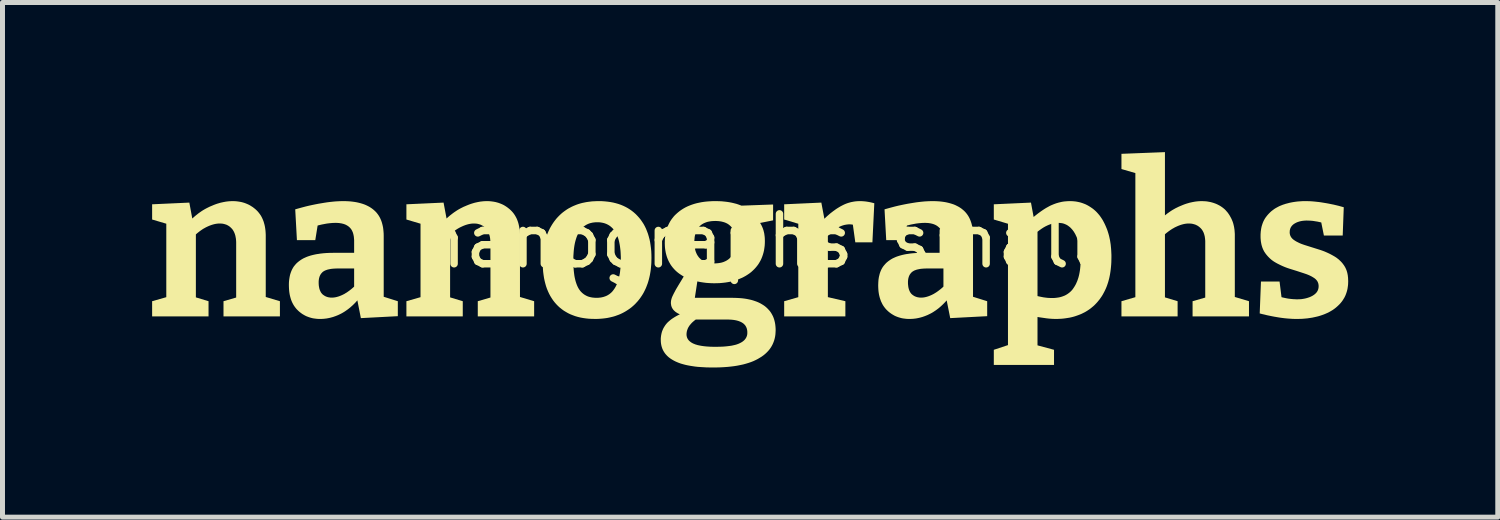
<source format=kicad_pcb>
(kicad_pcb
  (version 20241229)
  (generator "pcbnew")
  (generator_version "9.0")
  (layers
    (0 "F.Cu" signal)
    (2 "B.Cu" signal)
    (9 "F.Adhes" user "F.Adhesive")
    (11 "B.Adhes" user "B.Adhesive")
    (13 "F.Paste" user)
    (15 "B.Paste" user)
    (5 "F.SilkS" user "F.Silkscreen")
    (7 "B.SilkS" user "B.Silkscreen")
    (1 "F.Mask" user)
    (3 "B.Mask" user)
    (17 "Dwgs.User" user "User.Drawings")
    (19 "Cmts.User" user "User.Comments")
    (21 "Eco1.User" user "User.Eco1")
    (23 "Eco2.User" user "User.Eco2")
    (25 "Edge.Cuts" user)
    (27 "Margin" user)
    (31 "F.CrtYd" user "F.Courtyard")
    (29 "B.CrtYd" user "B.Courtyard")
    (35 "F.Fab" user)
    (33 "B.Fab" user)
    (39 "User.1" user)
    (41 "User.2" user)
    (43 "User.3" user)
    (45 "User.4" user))
  (footprint "nanographs small"
    (layer "F.Cu")
    (at 12.149 2.283)
    (property "Reference" "nanographs small" (at 0 -0.5 0) (unlocked yes) (layer "F.SilkS") (effects (font (size 1 1) (thickness 0.15))))
    (fp_poly (pts (xy 2.076 -1.3) (xy 2.111 -1.298) (xy 2.146 -1.295) (xy 2.182 -1.29) (xy 2.218 -1.284) (xy 2.255 -1.277) (xy 2.292 -1.268) (xy 2.33 -1.258) (xy 2.292 -0.475) (xy 1.949 -0.475) (xy 1.9 -0.828) (xy 1.893 -0.83) (xy 1.886 -0.831) (xy 1.879 -0.832) (xy 1.873 -0.833) (xy 1.867 -0.833) (xy 1.86 -0.834) (xy 1.854 -0.834) (xy 1.848 -0.835) (xy 1.841 -0.835) (xy 1.835 -0.835) (xy 1.818 -0.835) (xy 1.802 -0.834) (xy 1.786 -0.832) (xy 1.769 -0.83) (xy 1.753 -0.827) (xy 1.736 -0.824) (xy 1.72 -0.82) (xy 1.704 -0.815) (xy 1.687 -0.81) (xy 1.671 -0.804) (xy 1.654 -0.797) (xy 1.638 -0.79) (xy 1.622 -0.782) (xy 1.605 -0.773) (xy 1.589 -0.764) (xy 1.572 -0.755) (xy 1.557 -0.744) (xy 1.541 -0.734) (xy 1.526 -0.723) (xy 1.511 -0.711) (xy 1.496 -0.7) (xy 1.482 -0.688) (xy 1.468 -0.675) (xy 1.454 -0.663) (xy 1.44 -0.649) (xy 1.427 -0.636) (xy 1.414 -0.622) (xy 1.401 -0.608) (xy 1.399 -0.605) (xy 1.399 0.624) (xy 1.75 0.706) (xy 1.75 1.011) (xy 0.523 1.011) (xy 0.523 0.706) (xy 0.806 0.625) (xy 0.806 -0.847) (xy 0.523 -0.932) (xy 0.523 -1.237) (xy 1.268 -1.271) (xy 1.329 -0.947) (xy 1.363 -0.98) (xy 1.386 -1.001) (xy 1.41 -1.022) (xy 1.433 -1.042) (xy 1.457 -1.062) (xy 1.481 -1.08) (xy 1.504 -1.098) (xy 1.528 -1.115) (xy 1.551 -1.132) (xy 1.574 -1.148) (xy 1.598 -1.163) (xy 1.621 -1.177) (xy 1.644 -1.191) (xy 1.668 -1.204) (xy 1.691 -1.216) (xy 1.715 -1.228) (xy 1.739 -1.239) (xy 1.763 -1.249) (xy 1.788 -1.258) (xy 1.812 -1.266) (xy 1.837 -1.273) (xy 1.862 -1.28) (xy 1.887 -1.285) (xy 1.913 -1.29) (xy 1.938 -1.294) (xy 1.964 -1.297) (xy 1.99 -1.299) (xy 2.016 -1.3) (xy 2.042 -1.301)) (stroke (width 0) (type solid)) (fill yes) (layer "F.SilkS"))
    (fp_poly (pts (xy -10.5 -1.3) (xy -10.465 -1.298) (xy -10.431 -1.294) (xy -10.398 -1.289) (xy -10.365 -1.283) (xy -10.333 -1.275) (xy -10.302 -1.266) (xy -10.272 -1.255) (xy -10.243 -1.243) (xy -10.214 -1.23) (xy -10.186 -1.215) (xy -10.159 -1.198) (xy -10.132 -1.181) (xy -10.106 -1.161) (xy -10.081 -1.141) (xy -10.057 -1.119) (xy -10.034 -1.096) (xy -10.013 -1.071) (xy -9.993 -1.045) (xy -9.974 -1.018) (xy -9.957 -0.989) (xy -9.942 -0.959) (xy -9.928 -0.927) (xy -9.915 -0.894) (xy -9.905 -0.86) (xy -9.895 -0.824) (xy -9.887 -0.786) (xy -9.881 -0.747) (xy -9.876 -0.707) (xy -9.873 -0.665) (xy -9.871 -0.622) (xy -9.871 -0.577) (xy -9.871 0.621) (xy -9.587 0.706) (xy -9.587 1.011) (xy -10.718 1.011) (xy -10.718 0.706) (xy -10.464 0.632) (xy -10.464 -0.45) (xy -10.464 -0.475) (xy -10.465 -0.5) (xy -10.467 -0.524) (xy -10.469 -0.547) (xy -10.473 -0.569) (xy -10.477 -0.59) (xy -10.481 -0.61) (xy -10.487 -0.63) (xy -10.493 -0.648) (xy -10.5 -0.666) (xy -10.508 -0.683) (xy -10.516 -0.699) (xy -10.525 -0.714) (xy -10.535 -0.729) (xy -10.545 -0.742) (xy -10.557 -0.755) (xy -10.568 -0.766) (xy -10.58 -0.777) (xy -10.592 -0.788) (xy -10.605 -0.797) (xy -10.618 -0.806) (xy -10.632 -0.814) (xy -10.646 -0.821) (xy -10.66 -0.828) (xy -10.676 -0.833) (xy -10.691 -0.838) (xy -10.707 -0.842) (xy -10.723 -0.846) (xy -10.74 -0.849) (xy -10.758 -0.85) (xy -10.776 -0.852) (xy -10.794 -0.852) (xy -10.808 -0.852) (xy -10.823 -0.851) (xy -10.837 -0.85) (xy -10.852 -0.848) (xy -10.867 -0.846) (xy -10.883 -0.843) (xy -10.898 -0.84) (xy -10.913 -0.836) (xy -10.929 -0.832) (xy -10.945 -0.827) (xy -10.961 -0.822) (xy -10.977 -0.816) (xy -10.994 -0.81) (xy -11.01 -0.803) (xy -11.027 -0.796) (xy -11.044 -0.788) (xy -11.061 -0.78) (xy -11.077 -0.772) (xy -11.094 -0.762) (xy -11.111 -0.753) (xy -11.128 -0.743) (xy -11.145 -0.732) (xy -11.161 -0.721) (xy -11.178 -0.709) (xy -11.195 -0.697) (xy -11.211 -0.684) (xy -11.228 -0.671) (xy -11.244 -0.658) (xy -11.261 -0.643) (xy -11.272 -0.633) (xy -11.272 0.629) (xy -11.018 0.706) (xy -11.018 1.011) (xy -12.149 1.011) (xy -12.149 0.706) (xy -11.865 0.625) (xy -11.865 -0.848) (xy -12.149 -0.932) (xy -12.149 -1.237) (xy -11.403 -1.271) (xy -11.344 -0.952) (xy -11.326 -0.968) (xy -11.3 -0.991) (xy -11.274 -1.013) (xy -11.247 -1.034) (xy -11.221 -1.055) (xy -11.194 -1.074) (xy -11.167 -1.093) (xy -11.14 -1.111) (xy -11.112 -1.128) (xy -11.084 -1.144) (xy -11.056 -1.159) (xy -11.028 -1.173) (xy -11 -1.187) (xy -10.972 -1.199) (xy -10.943 -1.211) (xy -10.915 -1.223) (xy -10.887 -1.234) (xy -10.859 -1.244) (xy -10.831 -1.253) (xy -10.803 -1.261) (xy -10.776 -1.269) (xy -10.748 -1.275) (xy -10.721 -1.281) (xy -10.694 -1.286) (xy -10.667 -1.291) (xy -10.641 -1.294) (xy -10.614 -1.297) (xy -10.588 -1.299) (xy -10.562 -1.3) (xy -10.536 -1.301)) (stroke (width 0) (type solid)) (fill yes) (layer "F.SilkS"))
    (fp_poly (pts (xy -5.403 -1.3) (xy -5.368 -1.298) (xy -5.334 -1.294) (xy -5.3 -1.289) (xy -5.268 -1.283) (xy -5.236 -1.275) (xy -5.205 -1.266) (xy -5.175 -1.255) (xy -5.145 -1.243) (xy -5.116 -1.23) (xy -5.088 -1.215) (xy -5.061 -1.198) (xy -5.035 -1.181) (xy -5.009 -1.161) (xy -4.984 -1.141) (xy -4.96 -1.119) (xy -4.937 -1.096) (xy -4.915 -1.071) (xy -4.895 -1.045) (xy -4.877 -1.018) (xy -4.86 -0.989) (xy -4.844 -0.959) (xy -4.83 -0.927) (xy -4.818 -0.894) (xy -4.807 -0.86) (xy -4.798 -0.824) (xy -4.79 -0.786) (xy -4.784 -0.747) (xy -4.779 -0.707) (xy -4.776 -0.665) (xy -4.774 -0.622) (xy -4.774 -0.577) (xy -4.774 0.621) (xy -4.49 0.706) (xy -4.49 1.011) (xy -5.62 1.011) (xy -5.62 0.706) (xy -5.366 0.632) (xy -5.366 -0.45) (xy -5.367 -0.475) (xy -5.368 -0.5) (xy -5.37 -0.524) (xy -5.372 -0.547) (xy -5.375 -0.569) (xy -5.379 -0.59) (xy -5.384 -0.61) (xy -5.39 -0.63) (xy -5.396 -0.648) (xy -5.403 -0.666) (xy -5.41 -0.683) (xy -5.419 -0.699) (xy -5.428 -0.714) (xy -5.438 -0.729) (xy -5.448 -0.742) (xy -5.459 -0.755) (xy -5.471 -0.766) (xy -5.483 -0.777) (xy -5.495 -0.788) (xy -5.508 -0.797) (xy -5.521 -0.806) (xy -5.534 -0.814) (xy -5.549 -0.821) (xy -5.563 -0.828) (xy -5.578 -0.833) (xy -5.594 -0.838) (xy -5.61 -0.842) (xy -5.626 -0.846) (xy -5.643 -0.849) (xy -5.66 -0.85) (xy -5.678 -0.852) (xy -5.696 -0.852) (xy -5.711 -0.852) (xy -5.725 -0.851) (xy -5.74 -0.85) (xy -5.755 -0.848) (xy -5.77 -0.846) (xy -5.785 -0.843) (xy -5.801 -0.84) (xy -5.816 -0.836) (xy -5.832 -0.832) (xy -5.848 -0.827) (xy -5.864 -0.822) (xy -5.88 -0.816) (xy -5.896 -0.81) (xy -5.913 -0.803) (xy -5.929 -0.796) (xy -5.946 -0.788) (xy -5.963 -0.78) (xy -5.98 -0.772) (xy -5.997 -0.762) (xy -6.014 -0.753) (xy -6.03 -0.743) (xy -6.047 -0.732) (xy -6.064 -0.721) (xy -6.081 -0.709) (xy -6.097 -0.697) (xy -6.114 -0.684) (xy -6.131 -0.671) (xy -6.147 -0.658) (xy -6.164 -0.643) (xy -6.175 -0.633) (xy -6.175 0.629) (xy -5.921 0.706) (xy -5.921 1.011) (xy -7.051 1.011) (xy -7.051 0.706) (xy -6.768 0.625) (xy -6.768 -0.848) (xy -7.051 -0.932) (xy -7.051 -1.237) (xy -6.306 -1.271) (xy -6.246 -0.952) (xy -6.229 -0.968) (xy -6.203 -0.991) (xy -6.177 -1.013) (xy -6.15 -1.034) (xy -6.123 -1.055) (xy -6.097 -1.074) (xy -6.069 -1.093) (xy -6.042 -1.111) (xy -6.015 -1.128) (xy -5.987 -1.144) (xy -5.959 -1.159) (xy -5.931 -1.173) (xy -5.903 -1.187) (xy -5.874 -1.199) (xy -5.846 -1.211) (xy -5.817 -1.223) (xy -5.789 -1.234) (xy -5.761 -1.244) (xy -5.733 -1.253) (xy -5.706 -1.261) (xy -5.678 -1.269) (xy -5.651 -1.275) (xy -5.624 -1.281) (xy -5.597 -1.286) (xy -5.57 -1.291) (xy -5.543 -1.294) (xy -5.517 -1.297) (xy -5.49 -1.299) (xy -5.464 -1.3) (xy -5.438 -1.301)) (stroke (width 0) (type solid)) (fill yes) (layer "F.SilkS"))
    (fp_poly (pts (xy 8.157 -1.015) (xy 8.181 -1.034) (xy 8.208 -1.055) (xy 8.235 -1.074) (xy 8.262 -1.093) (xy 8.289 -1.111) (xy 8.317 -1.128) (xy 8.345 -1.144) (xy 8.372 -1.159) (xy 8.401 -1.173) (xy 8.429 -1.187) (xy 8.457 -1.199) (xy 8.486 -1.211) (xy 8.514 -1.223) (xy 8.542 -1.234) (xy 8.57 -1.244) (xy 8.598 -1.253) (xy 8.626 -1.261) (xy 8.653 -1.269) (xy 8.681 -1.275) (xy 8.708 -1.281) (xy 8.735 -1.286) (xy 8.762 -1.291) (xy 8.788 -1.294) (xy 8.815 -1.297) (xy 8.841 -1.299) (xy 8.867 -1.3) (xy 8.893 -1.301) (xy 8.917 -1.3) (xy 8.94 -1.299) (xy 8.963 -1.298) (xy 8.986 -1.296) (xy 9.009 -1.293) (xy 9.031 -1.289) (xy 9.053 -1.285) (xy 9.074 -1.281) (xy 9.096 -1.275) (xy 9.117 -1.269) (xy 9.137 -1.263) (xy 9.158 -1.255) (xy 9.178 -1.248) (xy 9.198 -1.239) (xy 9.217 -1.23) (xy 9.236 -1.22) (xy 9.255 -1.21) (xy 9.273 -1.199) (xy 9.291 -1.187) (xy 9.308 -1.175) (xy 9.325 -1.162) (xy 9.341 -1.149) (xy 9.357 -1.135) (xy 9.372 -1.12) (xy 9.386 -1.104) (xy 9.4 -1.088) (xy 9.414 -1.072) (xy 9.427 -1.054) (xy 9.439 -1.036) (xy 9.451 -1.018) (xy 9.462 -0.999) (xy 9.473 -0.979) (xy 9.484 -0.959) (xy 9.494 -0.938) (xy 9.503 -0.917) (xy 9.512 -0.895) (xy 9.52 -0.873) (xy 9.527 -0.85) (xy 9.533 -0.826) (xy 9.539 -0.801) (xy 9.544 -0.776) (xy 9.548 -0.75) (xy 9.552 -0.724) (xy 9.554 -0.696) (xy 9.556 -0.669) (xy 9.558 -0.64) (xy 9.558 -0.611) (xy 9.558 -0.581) (xy 9.558 0.621) (xy 9.842 0.706) (xy 9.842 1.011) (xy 8.711 1.011) (xy 8.711 0.706) (xy 8.965 0.633) (xy 8.965 -0.454) (xy 8.965 -0.479) (xy 8.965 -0.503) (xy 8.963 -0.527) (xy 8.961 -0.549) (xy 8.958 -0.571) (xy 8.955 -0.592) (xy 8.95 -0.612) (xy 8.945 -0.631) (xy 8.939 -0.649) (xy 8.933 -0.667) (xy 8.925 -0.683) (xy 8.917 -0.699) (xy 8.908 -0.714) (xy 8.898 -0.729) (xy 8.888 -0.742) (xy 8.876 -0.755) (xy 8.865 -0.766) (xy 8.852 -0.777) (xy 8.84 -0.788) (xy 8.826 -0.797) (xy 8.813 -0.806) (xy 8.799 -0.814) (xy 8.784 -0.821) (xy 8.77 -0.828) (xy 8.754 -0.833) (xy 8.739 -0.838) (xy 8.722 -0.842) (xy 8.706 -0.846) (xy 8.689 -0.849) (xy 8.671 -0.85) (xy 8.653 -0.852) (xy 8.635 -0.852) (xy 8.621 -0.852) (xy 8.606 -0.851) (xy 8.592 -0.85) (xy 8.577 -0.848) (xy 8.562 -0.846) (xy 8.546 -0.843) (xy 8.531 -0.84) (xy 8.516 -0.836) (xy 8.5 -0.832) (xy 8.484 -0.827) (xy 8.468 -0.822) (xy 8.452 -0.816) (xy 8.435 -0.81) (xy 8.419 -0.803) (xy 8.402 -0.796) (xy 8.385 -0.788) (xy 8.368 -0.78) (xy 8.351 -0.772) (xy 8.335 -0.762) (xy 8.318 -0.753) (xy 8.301 -0.743) (xy 8.284 -0.732) (xy 8.267 -0.721) (xy 8.25 -0.709) (xy 8.233 -0.697) (xy 8.216 -0.684) (xy 8.199 -0.671) (xy 8.182 -0.658) (xy 8.165 -0.643) (xy 8.157 -0.636) (xy 8.157 0.629) (xy 8.411 0.706) (xy 8.411 1.011) (xy 7.285 1.011) (xy 7.285 0.706) (xy 7.564 0.625) (xy 7.564 -1.863) (xy 7.285 -1.944) (xy 7.285 -2.249) (xy 8.157 -2.283)) (stroke (width 0) (type solid)) (fill yes) (layer "F.SilkS"))
    (fp_poly (pts (xy 6.281 -1.3) (xy 6.311 -1.299) (xy 6.34 -1.296) (xy 6.369 -1.293) (xy 6.398 -1.288) (xy 6.426 -1.282) (xy 6.454 -1.276) (xy 6.481 -1.268) (xy 6.508 -1.259) (xy 6.534 -1.249) (xy 6.56 -1.239) (xy 6.585 -1.227) (xy 6.61 -1.214) (xy 6.634 -1.2) (xy 6.658 -1.185) (xy 6.682 -1.169) (xy 6.705 -1.153) (xy 6.727 -1.136) (xy 6.749 -1.117) (xy 6.77 -1.098) (xy 6.79 -1.078) (xy 6.81 -1.056) (xy 6.829 -1.034) (xy 6.848 -1.011) (xy 6.866 -0.986) (xy 6.883 -0.961) (xy 6.9 -0.935) (xy 6.916 -0.908) (xy 6.931 -0.879) (xy 6.946 -0.85) (xy 6.96 -0.82) (xy 6.974 -0.788) (xy 6.987 -0.757) (xy 7 -0.724) (xy 7.011 -0.691) (xy 7.022 -0.656) (xy 7.032 -0.621) (xy 7.041 -0.585) (xy 7.049 -0.548) (xy 7.057 -0.51) (xy 7.063 -0.471) (xy 7.069 -0.432) (xy 7.073 -0.391) (xy 7.077 -0.35) (xy 7.08 -0.307) (xy 7.082 -0.264) (xy 7.084 -0.22) (xy 7.084 -0.175) (xy 7.083 -0.124) (xy 7.082 -0.074) (xy 7.079 -0.025) (xy 7.075 0.022) (xy 7.07 0.069) (xy 7.064 0.114) (xy 7.057 0.159) (xy 7.049 0.202) (xy 7.04 0.244) (xy 7.029 0.286) (xy 7.018 0.326) (xy 7.005 0.365) (xy 6.992 0.403) (xy 6.977 0.44) (xy 6.961 0.476) (xy 6.944 0.511) (xy 6.926 0.545) (xy 6.908 0.578) (xy 6.888 0.61) (xy 6.867 0.64) (xy 6.846 0.67) (xy 6.823 0.698) (xy 6.8 0.726) (xy 6.776 0.752) (xy 6.751 0.778) (xy 6.725 0.802) (xy 6.698 0.825) (xy 6.67 0.848) (xy 6.642 0.869) (xy 6.612 0.889) (xy 6.582 0.908) (xy 6.551 0.926) (xy 6.519 0.942) (xy 6.487 0.958) (xy 6.454 0.972) (xy 6.42 0.985) (xy 6.386 0.997) (xy 6.351 1.009) (xy 6.316 1.019) (xy 6.28 1.028) (xy 6.243 1.036) (xy 6.205 1.042) (xy 6.167 1.048) (xy 6.128 1.053) (xy 6.089 1.057) (xy 6.049 1.059) (xy 6.008 1.061) (xy 5.966 1.061) (xy 5.941 1.061) (xy 5.915 1.06) (xy 5.889 1.059) (xy 5.863 1.057) (xy 5.836 1.055) (xy 5.809 1.052) (xy 5.782 1.049) (xy 5.755 1.045) (xy 5.727 1.041) (xy 5.699 1.037) (xy 5.671 1.033) (xy 5.643 1.029) (xy 5.614 1.024) (xy 5.602 1.022) (xy 5.602 1.591) (xy 5.933 1.68) (xy 5.933 1.984) (xy 4.726 1.984) (xy 4.726 1.68) (xy 5.01 1.586) (xy 5.01 0.603) (xy 5.602 0.603) (xy 5.627 0.609) (xy 5.674 0.619) (xy 5.72 0.628) (xy 5.764 0.634) (xy 5.807 0.639) (xy 5.849 0.641) (xy 5.89 0.642) (xy 5.927 0.642) (xy 5.963 0.639) (xy 5.997 0.635) (xy 6.03 0.63) (xy 6.062 0.623) (xy 6.092 0.614) (xy 6.122 0.603) (xy 6.15 0.592) (xy 6.176 0.578) (xy 6.201 0.563) (xy 6.225 0.546) (xy 6.248 0.528) (xy 6.27 0.508) (xy 6.29 0.487) (xy 6.309 0.464) (xy 6.326 0.439) (xy 6.343 0.413) (xy 6.359 0.386) (xy 6.374 0.358) (xy 6.387 0.328) (xy 6.4 0.298) (xy 6.411 0.266) (xy 6.422 0.233) (xy 6.431 0.199) (xy 6.439 0.164) (xy 6.446 0.127) (xy 6.452 0.09) (xy 6.457 0.051) (xy 6.461 0.011) (xy 6.464 -0.03) (xy 6.465 -0.072) (xy 6.466 -0.115) (xy 6.465 -0.173) (xy 6.463 -0.228) (xy 6.458 -0.28) (xy 6.452 -0.331) (xy 6.444 -0.38) (xy 6.435 -0.427) (xy 6.424 -0.471) (xy 6.411 -0.513) (xy 6.404 -0.534) (xy 6.397 -0.554) (xy 6.389 -0.574) (xy 6.381 -0.593) (xy 6.372 -0.611) (xy 6.364 -0.629) (xy 6.355 -0.646) (xy 6.345 -0.663) (xy 6.336 -0.678) (xy 6.326 -0.694) (xy 6.315 -0.708) (xy 6.305 -0.722) (xy 6.294 -0.735) (xy 6.282 -0.748) (xy 6.271 -0.76) (xy 6.259 -0.772) (xy 6.246 -0.783) (xy 6.233 -0.793) (xy 6.22 -0.803) (xy 6.207 -0.812) (xy 6.193 -0.821) (xy 6.179 -0.828) (xy 6.164 -0.835) (xy 6.15 -0.841) (xy 6.134 -0.847) (xy 6.119 -0.852) (xy 6.103 -0.856) (xy 6.086 -0.859) (xy 6.07 -0.861) (xy 6.052 -0.863) (xy 6.035 -0.864) (xy 6.017 -0.865) (xy 6.003 -0.864) (xy 5.99 -0.864) (xy 5.976 -0.863) (xy 5.961 -0.861) (xy 5.947 -0.859) (xy 5.933 -0.856) (xy 5.918 -0.853) (xy 5.904 -0.85) (xy 5.889 -0.846) (xy 5.875 -0.842) (xy 5.86 -0.837) (xy 5.845 -0.831) (xy 5.83 -0.826) (xy 5.815 -0.819) (xy 5.8 -0.813) (xy 5.784 -0.805) (xy 5.769 -0.798) (xy 5.754 -0.79) (xy 5.738 -0.781) (xy 5.722 -0.772) (xy 5.707 -0.762) (xy 5.691 -0.752) (xy 5.675 -0.741) (xy 5.66 -0.73) (xy 5.644 -0.719) (xy 5.628 -0.707) (xy 5.612 -0.694) (xy 5.602 -0.686) (xy 5.602 0.603) (xy 5.01 0.603) (xy 5.01 -0.847) (xy 4.726 -0.932) (xy 4.726 -1.237) (xy 5.471 -1.271) (xy 5.524 -0.983) (xy 5.57 -1.02) (xy 5.619 -1.058) (xy 5.667 -1.093) (xy 5.715 -1.126) (xy 5.762 -1.156) (xy 5.786 -1.17) (xy 5.81 -1.183) (xy 5.833 -1.196) (xy 5.856 -1.208) (xy 5.88 -1.219) (xy 5.904 -1.229) (xy 5.928 -1.239) (xy 5.952 -1.248) (xy 5.977 -1.257) (xy 6.001 -1.264) (xy 6.025 -1.271) (xy 6.05 -1.277) (xy 6.075 -1.283) (xy 6.099 -1.288) (xy 6.124 -1.292) (xy 6.149 -1.295) (xy 6.174 -1.297) (xy 6.199 -1.299) (xy 6.225 -1.3) (xy 6.25 -1.301)) (stroke (width 0) (type solid)) (fill yes) (layer "F.SilkS"))
    (fp_poly (pts (xy -8.266 -1.3) (xy -8.219 -1.298) (xy -8.174 -1.295) (xy -8.13 -1.29) (xy -8.087 -1.284) (xy -8.046 -1.277) (xy -8.006 -1.268) (xy -7.968 -1.258) (xy -7.931 -1.247) (xy -7.896 -1.235) (xy -7.862 -1.221) (xy -7.829 -1.205) (xy -7.798 -1.189) (xy -7.769 -1.171) (xy -7.741 -1.152) (xy -7.714 -1.131) (xy -7.689 -1.109) (xy -7.665 -1.086) (xy -7.643 -1.061) (xy -7.623 -1.035) (xy -7.604 -1.007) (xy -7.587 -0.978) (xy -7.572 -0.948) (xy -7.558 -0.915) (xy -7.546 -0.882) (xy -7.536 -0.847) (xy -7.527 -0.811) (xy -7.519 -0.773) (xy -7.514 -0.733) (xy -7.51 -0.692) (xy -7.507 -0.65) (xy -7.506 -0.606) (xy -7.506 0.617) (xy -7.223 0.706) (xy -7.223 1.006) (xy -7.964 1.045) (xy -8.034 0.689) (xy -8.045 0.701) (xy -8.066 0.725) (xy -8.088 0.748) (xy -8.11 0.77) (xy -8.133 0.792) (xy -8.156 0.812) (xy -8.178 0.832) (xy -8.202 0.851) (xy -8.225 0.869) (xy -8.249 0.886) (xy -8.272 0.902) (xy -8.296 0.918) (xy -8.321 0.933) (xy -8.345 0.947) (xy -8.37 0.96) (xy -8.395 0.972) (xy -8.42 0.984) (xy -8.445 0.994) (xy -8.47 1.004) (xy -8.496 1.013) (xy -8.521 1.022) (xy -8.547 1.029) (xy -8.572 1.036) (xy -8.598 1.042) (xy -8.624 1.047) (xy -8.65 1.052) (xy -8.676 1.055) (xy -8.702 1.058) (xy -8.728 1.06) (xy -8.754 1.061) (xy -8.781 1.061) (xy -8.814 1.061) (xy -8.847 1.059) (xy -8.879 1.055) (xy -8.91 1.051) (xy -8.941 1.045) (xy -8.971 1.037) (xy -9 1.028) (xy -9.028 1.018) (xy -9.056 1.007) (xy -9.083 0.994) (xy -9.109 0.979) (xy -9.135 0.964) (xy -9.159 0.947) (xy -9.183 0.929) (xy -9.207 0.909) (xy -9.229 0.888) (xy -9.251 0.866) (xy -9.271 0.842) (xy -9.29 0.817) (xy -9.307 0.792) (xy -9.323 0.765) (xy -9.338 0.736) (xy -9.351 0.707) (xy -9.363 0.676) (xy -9.373 0.644) (xy -9.382 0.611) (xy -9.39 0.577) (xy -9.396 0.542) (xy -9.401 0.505) (xy -9.404 0.467) (xy -9.406 0.429) (xy -9.407 0.388) (xy -9.407 0.359) (xy -9.406 0.33) (xy -9.406 0.329) (xy -8.81 0.329) (xy -8.81 0.348) (xy -8.809 0.367) (xy -8.808 0.385) (xy -8.806 0.402) (xy -8.803 0.419) (xy -8.8 0.435) (xy -8.797 0.451) (xy -8.792 0.466) (xy -8.788 0.48) (xy -8.782 0.493) (xy -8.776 0.506) (xy -8.77 0.519) (xy -8.763 0.531) (xy -8.755 0.542) (xy -8.747 0.552) (xy -8.738 0.562) (xy -8.729 0.571) (xy -8.719 0.579) (xy -8.708 0.586) (xy -8.698 0.593) (xy -8.687 0.6) (xy -8.676 0.606) (xy -8.664 0.611) (xy -8.653 0.616) (xy -8.641 0.62) (xy -8.628 0.624) (xy -8.616 0.627) (xy -8.603 0.629) (xy -8.589 0.631) (xy -8.576 0.633) (xy -8.562 0.634) (xy -8.548 0.634) (xy -8.535 0.634) (xy -8.521 0.633) (xy -8.507 0.632) (xy -8.494 0.63) (xy -8.48 0.628) (xy -8.465 0.625) (xy -8.451 0.622) (xy -8.437 0.618) (xy -8.422 0.614) (xy -8.407 0.609) (xy -8.392 0.604) (xy -8.377 0.598) (xy -8.362 0.592) (xy -8.346 0.585) (xy -8.331 0.578) (xy -8.315 0.57) (xy -8.299 0.562) (xy -8.283 0.553) (xy -8.268 0.543) (xy -8.252 0.534) (xy -8.237 0.524) (xy -8.222 0.513) (xy -8.206 0.502) (xy -8.191 0.491) (xy -8.176 0.479) (xy -8.161 0.468) (xy -8.146 0.455) (xy -8.132 0.443) (xy -8.117 0.43) (xy -8.102 0.416) (xy -8.099 0.413) (xy -8.099 0.05) (xy -8.421 0.05) (xy -8.448 0.05) (xy -8.474 0.051) (xy -8.499 0.052) (xy -8.522 0.054) (xy -8.545 0.056) (xy -8.567 0.059) (xy -8.588 0.063) (xy -8.607 0.067) (xy -8.626 0.071) (xy -8.643 0.076) (xy -8.659 0.082) (xy -8.675 0.088) (xy -8.689 0.094) (xy -8.702 0.102) (xy -8.715 0.109) (xy -8.726 0.117) (xy -8.736 0.126) (xy -8.745 0.136) (xy -8.754 0.146) (xy -8.763 0.156) (xy -8.77 0.167) (xy -8.777 0.179) (xy -8.783 0.191) (xy -8.789 0.204) (xy -8.794 0.218) (xy -8.798 0.232) (xy -8.802 0.247) (xy -8.805 0.262) (xy -8.807 0.278) (xy -8.809 0.294) (xy -8.81 0.311) (xy -8.81 0.329) (xy -9.406 0.329) (xy -9.404 0.301) (xy -9.401 0.274) (xy -9.397 0.247) (xy -9.393 0.222) (xy -9.388 0.197) (xy -9.382 0.172) (xy -9.375 0.149) (xy -9.367 0.126) (xy -9.359 0.105) (xy -9.35 0.084) (xy -9.34 0.063) (xy -9.329 0.044) (xy -9.318 0.025) (xy -9.306 0.007) (xy -9.292 -0.01) (xy -9.278 -0.027) (xy -9.263 -0.044) (xy -9.247 -0.06) (xy -9.23 -0.075) (xy -9.213 -0.089) (xy -9.195 -0.103) (xy -9.176 -0.116) (xy -9.157 -0.129) (xy -9.137 -0.141) (xy -9.116 -0.153) (xy -9.094 -0.163) (xy -9.072 -0.173) (xy -9.049 -0.183) (xy -9.025 -0.192) (xy -9.001 -0.2) (xy -8.976 -0.208) (xy -8.95 -0.215) (xy -8.923 -0.222) (xy -8.896 -0.228) (xy -8.868 -0.234) (xy -8.84 -0.239) (xy -8.81 -0.243) (xy -8.781 -0.248) (xy -8.719 -0.255) (xy -8.655 -0.26) (xy -8.588 -0.263) (xy -8.518 -0.264) (xy -8.099 -0.264) (xy -8.099 -0.496) (xy -8.099 -0.521) (xy -8.101 -0.544) (xy -8.103 -0.567) (xy -8.105 -0.589) (xy -8.109 -0.61) (xy -8.113 -0.63) (xy -8.118 -0.649) (xy -8.123 -0.667) (xy -8.13 -0.684) (xy -8.137 -0.7) (xy -8.145 -0.716) (xy -8.154 -0.731) (xy -8.163 -0.744) (xy -8.174 -0.757) (xy -8.185 -0.769) (xy -8.196 -0.78) (xy -8.208 -0.79) (xy -8.221 -0.8) (xy -8.235 -0.809) (xy -8.249 -0.817) (xy -8.263 -0.825) (xy -8.279 -0.832) (xy -8.295 -0.838) (xy -8.312 -0.844) (xy -8.329 -0.848) (xy -8.348 -0.853) (xy -8.367 -0.856) (xy -8.386 -0.859) (xy -8.406 -0.862) (xy -8.428 -0.863) (xy -8.449 -0.864) (xy -8.472 -0.865) (xy -8.494 -0.864) (xy -8.517 -0.864) (xy -8.54 -0.862) (xy -8.564 -0.86) (xy -8.588 -0.858) (xy -8.612 -0.855) (xy -8.637 -0.852) (xy -8.662 -0.848) (xy -8.688 -0.843) (xy -8.714 -0.838) (xy -8.741 -0.833) (xy -8.768 -0.827) (xy -8.796 -0.82) (xy -8.824 -0.813) (xy -8.831 -0.811) (xy -8.878 -0.518) (xy -9.246 -0.518) (xy -9.28 -1.136) (xy -9.209 -1.156) (xy -9.139 -1.175) (xy -9.071 -1.193) (xy -9.005 -1.209) (xy -8.94 -1.223) (xy -8.877 -1.236) (xy -8.815 -1.248) (xy -8.755 -1.258) (xy -8.696 -1.268) (xy -8.637 -1.277) (xy -8.58 -1.284) (xy -8.525 -1.29) (xy -8.47 -1.295) (xy -8.417 -1.298) (xy -8.365 -1.3) (xy -8.315 -1.301)) (stroke (width 0) (type solid)) (fill yes) (layer "F.SilkS"))
    (fp_poly (pts (xy 3.549 -1.3) (xy 3.596 -1.298) (xy 3.641 -1.295) (xy 3.686 -1.29) (xy 3.728 -1.284) (xy 3.769 -1.277) (xy 3.809 -1.268) (xy 3.847 -1.258) (xy 3.884 -1.247) (xy 3.92 -1.235) (xy 3.954 -1.221) (xy 3.986 -1.205) (xy 4.017 -1.189) (xy 4.047 -1.171) (xy 4.075 -1.152) (xy 4.101 -1.131) (xy 4.127 -1.109) (xy 4.15 -1.086) (xy 4.172 -1.061) (xy 4.192 -1.035) (xy 4.211 -1.007) (xy 4.228 -0.978) (xy 4.243 -0.948) (xy 4.257 -0.915) (xy 4.269 -0.882) (xy 4.28 -0.847) (xy 4.289 -0.811) (xy 4.296 -0.773) (xy 4.302 -0.733) (xy 4.306 -0.692) (xy 4.308 -0.65) (xy 4.309 -0.606) (xy 4.309 0.617) (xy 4.593 0.706) (xy 4.593 1.006) (xy 3.852 1.045) (xy 3.781 0.689) (xy 3.771 0.701) (xy 3.749 0.725) (xy 3.727 0.748) (xy 3.705 0.77) (xy 3.682 0.792) (xy 3.66 0.812) (xy 3.637 0.832) (xy 3.614 0.851) (xy 3.59 0.869) (xy 3.567 0.886) (xy 3.543 0.902) (xy 3.519 0.918) (xy 3.495 0.933) (xy 3.47 0.947) (xy 3.445 0.96) (xy 3.42 0.972) (xy 3.395 0.984) (xy 3.37 0.994) (xy 3.345 1.004) (xy 3.32 1.013) (xy 3.294 1.022) (xy 3.269 1.029) (xy 3.243 1.036) (xy 3.217 1.042) (xy 3.192 1.047) (xy 3.166 1.052) (xy 3.14 1.055) (xy 3.114 1.058) (xy 3.087 1.06) (xy 3.061 1.061) (xy 3.035 1.061) (xy 3.001 1.061) (xy 2.968 1.059) (xy 2.936 1.055) (xy 2.905 1.051) (xy 2.874 1.045) (xy 2.845 1.037) (xy 2.815 1.028) (xy 2.787 1.018) (xy 2.759 1.007) (xy 2.732 0.994) (xy 2.706 0.979) (xy 2.681 0.964) (xy 2.656 0.947) (xy 2.632 0.929) (xy 2.608 0.909) (xy 2.586 0.888) (xy 2.564 0.866) (xy 2.544 0.842) (xy 2.525 0.817) (xy 2.508 0.792) (xy 2.492 0.765) (xy 2.478 0.736) (xy 2.464 0.707) (xy 2.453 0.676) (xy 2.442 0.644) (xy 2.433 0.611) (xy 2.425 0.577) (xy 2.419 0.542) (xy 2.414 0.505) (xy 2.411 0.467) (xy 2.409 0.429) (xy 2.408 0.388) (xy 2.409 0.359) (xy 2.41 0.33) (xy 2.41 0.329) (xy 3.005 0.329) (xy 3.005 0.348) (xy 3.006 0.367) (xy 3.008 0.385) (xy 3.01 0.402) (xy 3.012 0.419) (xy 3.015 0.435) (xy 3.019 0.451) (xy 3.023 0.466) (xy 3.028 0.48) (xy 3.033 0.493) (xy 3.039 0.506) (xy 3.045 0.519) (xy 3.053 0.531) (xy 3.06 0.542) (xy 3.068 0.552) (xy 3.077 0.562) (xy 3.087 0.571) (xy 3.097 0.579) (xy 3.107 0.586) (xy 3.117 0.593) (xy 3.128 0.6) (xy 3.139 0.606) (xy 3.151 0.611) (xy 3.163 0.616) (xy 3.175 0.62) (xy 3.187 0.624) (xy 3.2 0.627) (xy 3.213 0.629) (xy 3.226 0.631) (xy 3.239 0.633) (xy 3.253 0.634) (xy 3.267 0.634) (xy 3.281 0.634) (xy 3.294 0.633) (xy 3.308 0.632) (xy 3.322 0.63) (xy 3.336 0.628) (xy 3.35 0.625) (xy 3.364 0.622) (xy 3.379 0.618) (xy 3.393 0.614) (xy 3.408 0.609) (xy 3.423 0.604) (xy 3.438 0.598) (xy 3.453 0.592) (xy 3.469 0.585) (xy 3.485 0.578) (xy 3.5 0.57) (xy 3.516 0.562) (xy 3.532 0.553) (xy 3.547 0.543) (xy 3.563 0.534) (xy 3.578 0.524) (xy 3.594 0.513) (xy 3.609 0.502) (xy 3.624 0.491) (xy 3.639 0.479) (xy 3.654 0.468) (xy 3.669 0.455) (xy 3.684 0.443) (xy 3.698 0.43) (xy 3.713 0.416) (xy 3.716 0.413) (xy 3.716 0.05) (xy 3.394 0.05) (xy 3.367 0.05) (xy 3.342 0.051) (xy 3.317 0.052) (xy 3.293 0.054) (xy 3.27 0.056) (xy 3.248 0.059) (xy 3.228 0.063) (xy 3.208 0.067) (xy 3.19 0.071) (xy 3.172 0.076) (xy 3.156 0.082) (xy 3.14 0.088) (xy 3.126 0.094) (xy 3.113 0.102) (xy 3.101 0.109) (xy 3.09 0.117) (xy 3.079 0.126) (xy 3.07 0.136) (xy 3.061 0.146) (xy 3.053 0.156) (xy 3.045 0.167) (xy 3.038 0.179) (xy 3.032 0.191) (xy 3.026 0.204) (xy 3.021 0.218) (xy 3.017 0.232) (xy 3.013 0.247) (xy 3.01 0.262) (xy 3.008 0.278) (xy 3.006 0.294) (xy 3.005 0.311) (xy 3.005 0.329) (xy 2.41 0.329) (xy 2.412 0.301) (xy 2.414 0.274) (xy 2.418 0.247) (xy 2.422 0.222) (xy 2.428 0.197) (xy 2.434 0.172) (xy 2.44 0.149) (xy 2.448 0.126) (xy 2.456 0.105) (xy 2.465 0.084) (xy 2.475 0.063) (xy 2.486 0.044) (xy 2.497 0.025) (xy 2.51 0.007) (xy 2.523 -0.01) (xy 2.538 -0.027) (xy 2.553 -0.044) (xy 2.568 -0.06) (xy 2.585 -0.075) (xy 2.602 -0.089) (xy 2.62 -0.103) (xy 2.639 -0.116) (xy 2.658 -0.129) (xy 2.678 -0.141) (xy 2.699 -0.153) (xy 2.721 -0.163) (xy 2.743 -0.173) (xy 2.766 -0.183) (xy 2.79 -0.192) (xy 2.815 -0.2) (xy 2.84 -0.208) (xy 2.866 -0.215) (xy 2.892 -0.222) (xy 2.919 -0.228) (xy 2.947 -0.234) (xy 2.976 -0.239) (xy 3.005 -0.243) (xy 3.035 -0.248) (xy 3.096 -0.255) (xy 3.161 -0.26) (xy 3.228 -0.263) (xy 3.297 -0.264) (xy 3.716 -0.264) (xy 3.716 -0.496) (xy 3.716 -0.521) (xy 3.715 -0.544) (xy 3.713 -0.567) (xy 3.71 -0.589) (xy 3.707 -0.61) (xy 3.703 -0.63) (xy 3.698 -0.649) (xy 3.692 -0.667) (xy 3.685 -0.684) (xy 3.678 -0.7) (xy 3.67 -0.716) (xy 3.661 -0.731) (xy 3.652 -0.744) (xy 3.642 -0.757) (xy 3.631 -0.769) (xy 3.619 -0.78) (xy 3.607 -0.79) (xy 3.594 -0.8) (xy 3.581 -0.809) (xy 3.567 -0.817) (xy 3.552 -0.825) (xy 3.536 -0.832) (xy 3.52 -0.838) (xy 3.503 -0.844) (xy 3.486 -0.848) (xy 3.468 -0.853) (xy 3.449 -0.856) (xy 3.429 -0.859) (xy 3.409 -0.862) (xy 3.388 -0.863) (xy 3.366 -0.864) (xy 3.344 -0.865) (xy 3.321 -0.864) (xy 3.298 -0.864) (xy 3.275 -0.862) (xy 3.252 -0.86) (xy 3.228 -0.858) (xy 3.203 -0.855) (xy 3.178 -0.852) (xy 3.153 -0.848) (xy 3.128 -0.843) (xy 3.101 -0.838) (xy 3.075 -0.833) (xy 3.047 -0.827) (xy 3.02 -0.82) (xy 2.991 -0.813) (xy 2.984 -0.811) (xy 2.937 -0.518) (xy 2.569 -0.518) (xy 2.535 -1.136) (xy 2.606 -1.156) (xy 2.676 -1.175) (xy 2.744 -1.193) (xy 2.81 -1.209) (xy 2.875 -1.223) (xy 2.938 -1.236) (xy 3 -1.248) (xy 3.06 -1.258) (xy 3.12 -1.268) (xy 3.178 -1.277) (xy 3.235 -1.284) (xy 3.291 -1.29) (xy 3.345 -1.295) (xy 3.398 -1.298) (xy 3.45 -1.3) (xy 3.5 -1.301)) (stroke (width 0) (type solid)) (fill yes) (layer "F.SilkS"))
    (fp_poly (pts (xy -3.135 -1.3) (xy -3.075 -1.296) (xy -3.017 -1.29) (xy -2.96 -1.282) (xy -2.906 -1.272) (xy -2.853 -1.259) (xy -2.801 -1.244) (xy -2.752 -1.227) (xy -2.704 -1.207) (xy -2.658 -1.185) (xy -2.614 -1.161) (xy -2.571 -1.134) (xy -2.53 -1.105) (xy -2.491 -1.074) (xy -2.453 -1.04) (xy -2.418 -1.004) (xy -2.384 -0.966) (xy -2.352 -0.926) (xy -2.323 -0.884) (xy -2.295 -0.841) (xy -2.27 -0.795) (xy -2.247 -0.747) (xy -2.227 -0.697) (xy -2.208 -0.646) (xy -2.192 -0.592) (xy -2.177 -0.536) (xy -2.165 -0.479) (xy -2.156 -0.419) (xy -2.148 -0.358) (xy -2.142 -0.295) (xy -2.139 -0.229) (xy -2.138 -0.162) (xy -2.139 -0.115) (xy -2.14 -0.068) (xy -2.143 -0.023) (xy -2.147 0.022) (xy -2.151 0.066) (xy -2.157 0.109) (xy -2.164 0.151) (xy -2.172 0.193) (xy -2.181 0.233) (xy -2.191 0.273) (xy -2.202 0.312) (xy -2.214 0.35) (xy -2.228 0.387) (xy -2.242 0.424) (xy -2.257 0.459) (xy -2.274 0.494) (xy -2.291 0.528) (xy -2.309 0.56) (xy -2.329 0.592) (xy -2.349 0.622) (xy -2.37 0.652) (xy -2.392 0.68) (xy -2.415 0.708) (xy -2.439 0.734) (xy -2.463 0.76) (xy -2.489 0.785) (xy -2.516 0.809) (xy -2.543 0.832) (xy -2.572 0.853) (xy -2.601 0.874) (xy -2.632 0.894) (xy -2.663 0.913) (xy -2.695 0.931) (xy -2.728 0.948) (xy -2.762 0.964) (xy -2.796 0.978) (xy -2.832 0.991) (xy -2.868 1.004) (xy -2.905 1.015) (xy -2.942 1.024) (xy -2.981 1.033) (xy -3.02 1.041) (xy -3.06 1.047) (xy -3.101 1.052) (xy -3.143 1.056) (xy -3.185 1.059) (xy -3.229 1.061) (xy -3.273 1.061) (xy -3.334 1.06) (xy -3.394 1.057) (xy -3.452 1.051) (xy -3.508 1.043) (xy -3.563 1.033) (xy -3.616 1.02) (xy -3.667 1.005) (xy -3.716 0.987) (xy -3.764 0.968) (xy -3.809 0.946) (xy -3.853 0.921) (xy -3.896 0.895) (xy -3.936 0.866) (xy -3.975 0.835) (xy -4.012 0.801) (xy -4.047 0.765) (xy -4.08 0.727) (xy -4.111 0.687) (xy -4.139 0.645) (xy -4.166 0.601) (xy -4.19 0.556) (xy -4.212 0.508) (xy -4.233 0.458) (xy -4.251 0.406) (xy -4.266 0.353) (xy -4.28 0.297) (xy -4.292 0.24) (xy -4.301 0.18) (xy -4.309 0.119) (xy -4.314 0.055) (xy -4.317 -0.01) (xy -4.318 -0.077) (xy -4.318 -0.107) (xy -3.704 -0.107) (xy -3.704 -0.059) (xy -3.703 -0.012) (xy -3.7 0.033) (xy -3.697 0.076) (xy -3.693 0.118) (xy -3.688 0.158) (xy -3.683 0.196) (xy -3.676 0.233) (xy -3.668 0.268) (xy -3.66 0.301) (xy -3.65 0.332) (xy -3.64 0.362) (xy -3.629 0.39) (xy -3.617 0.417) (xy -3.604 0.442) (xy -3.59 0.465) (xy -3.583 0.475) (xy -3.575 0.486) (xy -3.568 0.496) (xy -3.56 0.505) (xy -3.552 0.515) (xy -3.543 0.524) (xy -3.534 0.532) (xy -3.526 0.541) (xy -3.516 0.548) (xy -3.507 0.556) (xy -3.498 0.563) (xy -3.488 0.57) (xy -3.478 0.577) (xy -3.467 0.583) (xy -3.457 0.589) (xy -3.446 0.595) (xy -3.435 0.6) (xy -3.424 0.605) (xy -3.413 0.61) (xy -3.401 0.614) (xy -3.389 0.618) (xy -3.377 0.621) (xy -3.365 0.624) (xy -3.352 0.627) (xy -3.326 0.632) (xy -3.299 0.635) (xy -3.272 0.637) (xy -3.243 0.638) (xy -3.222 0.638) (xy -3.202 0.637) (xy -3.182 0.635) (xy -3.162 0.633) (xy -3.143 0.63) (xy -3.125 0.626) (xy -3.107 0.622) (xy -3.09 0.617) (xy -3.073 0.611) (xy -3.056 0.605) (xy -3.04 0.598) (xy -3.025 0.591) (xy -3.01 0.582) (xy -2.995 0.573) (xy -2.981 0.564) (xy -2.968 0.553) (xy -2.955 0.543) (xy -2.942 0.531) (xy -2.93 0.519) (xy -2.918 0.506) (xy -2.907 0.492) (xy -2.896 0.477) (xy -2.885 0.462) (xy -2.875 0.447) (xy -2.865 0.43) (xy -2.855 0.413) (xy -2.846 0.395) (xy -2.838 0.376) (xy -2.829 0.357) (xy -2.822 0.337) (xy -2.814 0.317) (xy -2.807 0.295) (xy -2.8 0.273) (xy -2.794 0.251) (xy -2.788 0.227) (xy -2.783 0.203) (xy -2.778 0.179) (xy -2.773 0.154) (xy -2.769 0.128) (xy -2.766 0.102) (xy -2.76 0.047) (xy -2.755 -0.01) (xy -2.753 -0.07) (xy -2.752 -0.132) (xy -2.752 -0.18) (xy -2.754 -0.225) (xy -2.756 -0.269) (xy -2.759 -0.312) (xy -2.764 -0.353) (xy -2.769 -0.392) (xy -2.775 -0.43) (xy -2.782 -0.466) (xy -2.789 -0.5) (xy -2.798 -0.533) (xy -2.808 -0.564) (xy -2.819 -0.593) (xy -2.83 -0.621) (xy -2.843 -0.648) (xy -2.856 -0.672) (xy -2.87 -0.695) (xy -2.886 -0.717) (xy -2.894 -0.728) (xy -2.902 -0.738) (xy -2.91 -0.748) (xy -2.919 -0.757) (xy -2.928 -0.766) (xy -2.937 -0.775) (xy -2.947 -0.783) (xy -2.956 -0.791) (xy -2.966 -0.799) (xy -2.976 -0.806) (xy -2.986 -0.813) (xy -2.997 -0.82) (xy -3.008 -0.826) (xy -3.019 -0.832) (xy -3.03 -0.837) (xy -3.041 -0.843) (xy -3.053 -0.847) (xy -3.065 -0.852) (xy -3.077 -0.856) (xy -3.09 -0.86) (xy -3.102 -0.863) (xy -3.115 -0.866) (xy -3.141 -0.871) (xy -3.169 -0.875) (xy -3.197 -0.877) (xy -3.226 -0.877) (xy -3.256 -0.877) (xy -3.284 -0.874) (xy -3.312 -0.871) (xy -3.339 -0.865) (xy -3.365 -0.859) (xy -3.39 -0.851) (xy -3.414 -0.841) (xy -3.437 -0.83) (xy -3.459 -0.817) (xy -3.48 -0.803) (xy -3.5 -0.787) (xy -3.519 -0.77) (xy -3.537 -0.752) (xy -3.554 -0.732) (xy -3.571 -0.71) (xy -3.586 -0.687) (xy -3.6 -0.663) (xy -3.614 -0.637) (xy -3.626 -0.61) (xy -3.638 -0.581) (xy -3.648 -0.55) (xy -3.658 -0.518) (xy -3.667 -0.484) (xy -3.675 -0.449) (xy -3.682 -0.412) (xy -3.688 -0.373) (xy -3.693 -0.333) (xy -3.697 -0.291) (xy -3.7 -0.247) (xy -3.703 -0.202) (xy -3.704 -0.155) (xy -3.704 -0.107) (xy -4.318 -0.107) (xy -4.318 -0.124) (xy -4.316 -0.171) (xy -4.314 -0.216) (xy -4.31 -0.261) (xy -4.305 -0.305) (xy -4.3 -0.348) (xy -4.293 -0.39) (xy -4.285 -0.431) (xy -4.277 -0.471) (xy -4.267 -0.511) (xy -4.256 -0.549) (xy -4.244 -0.587) (xy -4.232 -0.624) (xy -4.218 -0.66) (xy -4.203 -0.695) (xy -4.187 -0.729) (xy -4.17 -0.763) (xy -4.151 -0.796) (xy -4.132 -0.828) (xy -4.112 -0.859) (xy -4.091 -0.889) (xy -4.069 -0.918) (xy -4.047 -0.946) (xy -4.023 -0.973) (xy -3.998 -0.999) (xy -3.973 -1.024) (xy -3.947 -1.048) (xy -3.92 -1.071) (xy -3.891 -1.093) (xy -3.862 -1.114) (xy -3.833 -1.134) (xy -3.802 -1.153) (xy -3.77 -1.17) (xy -3.738 -1.187) (xy -3.704 -1.203) (xy -3.67 -1.217) (xy -3.635 -1.231) (xy -3.6 -1.243) (xy -3.563 -1.254) (xy -3.526 -1.264) (xy -3.487 -1.272) (xy -3.448 -1.28) (xy -3.408 -1.286) (xy -3.368 -1.291) (xy -3.326 -1.296) (xy -3.284 -1.298) (xy -3.24 -1.3) (xy -3.196 -1.301)) (stroke (width 0) (type solid)) (fill yes) (layer "F.SilkS"))
    (fp_poly (pts (xy 11.019 -1.3) (xy 11.064 -1.299) (xy 11.109 -1.296) (xy 11.155 -1.292) (xy 11.201 -1.287) (xy 11.248 -1.282) (xy 11.296 -1.275) (xy 11.344 -1.267) (xy 11.393 -1.259) (xy 11.442 -1.25) (xy 11.491 -1.24) (xy 11.541 -1.23) (xy 11.591 -1.218) (xy 11.641 -1.206) (xy 11.691 -1.192) (xy 11.742 -1.178) (xy 11.721 -0.611) (xy 11.344 -0.611) (xy 11.291 -0.873) (xy 11.26 -0.88) (xy 11.214 -0.89) (xy 11.169 -0.897) (xy 11.126 -0.904) (xy 11.084 -0.908) (xy 11.044 -0.91) (xy 11.005 -0.911) (xy 10.986 -0.911) (xy 10.967 -0.91) (xy 10.949 -0.909) (xy 10.931 -0.907) (xy 10.913 -0.905) (xy 10.896 -0.902) (xy 10.88 -0.899) (xy 10.863 -0.895) (xy 10.848 -0.891) (xy 10.833 -0.886) (xy 10.818 -0.881) (xy 10.804 -0.876) (xy 10.79 -0.869) (xy 10.777 -0.863) (xy 10.764 -0.855) (xy 10.751 -0.848) (xy 10.74 -0.84) (xy 10.729 -0.832) (xy 10.724 -0.828) (xy 10.72 -0.824) (xy 10.715 -0.819) (xy 10.711 -0.815) (xy 10.706 -0.81) (xy 10.702 -0.806) (xy 10.698 -0.801) (xy 10.695 -0.796) (xy 10.691 -0.791) (xy 10.688 -0.786) (xy 10.684 -0.781) (xy 10.681 -0.776) (xy 10.679 -0.77) (xy 10.676 -0.765) (xy 10.674 -0.759) (xy 10.671 -0.754) (xy 10.669 -0.748) (xy 10.667 -0.742) (xy 10.666 -0.736) (xy 10.664 -0.73) (xy 10.663 -0.724) (xy 10.661 -0.718) (xy 10.66 -0.712) (xy 10.66 -0.705) (xy 10.659 -0.692) (xy 10.658 -0.678) (xy 10.658 -0.666) (xy 10.659 -0.655) (xy 10.661 -0.643) (xy 10.663 -0.632) (xy 10.666 -0.621) (xy 10.67 -0.611) (xy 10.674 -0.601) (xy 10.679 -0.591) (xy 10.685 -0.581) (xy 10.691 -0.572) (xy 10.698 -0.563) (xy 10.706 -0.554) (xy 10.714 -0.545) (xy 10.723 -0.537) (xy 10.733 -0.529) (xy 10.743 -0.522) (xy 10.754 -0.514) (xy 10.765 -0.507) (xy 10.776 -0.5) (xy 10.788 -0.493) (xy 10.8 -0.486) (xy 10.813 -0.48) (xy 10.826 -0.473) (xy 10.839 -0.467) (xy 10.853 -0.46) (xy 10.867 -0.454) (xy 10.881 -0.448) (xy 10.896 -0.442) (xy 10.927 -0.431) (xy 10.959 -0.42) (xy 11.242 -0.331) (xy 11.28 -0.319) (xy 11.317 -0.306) (xy 11.354 -0.292) (xy 11.389 -0.277) (xy 11.425 -0.261) (xy 11.459 -0.245) (xy 11.493 -0.227) (xy 11.526 -0.209) (xy 11.543 -0.199) (xy 11.559 -0.19) (xy 11.575 -0.18) (xy 11.591 -0.169) (xy 11.606 -0.159) (xy 11.62 -0.147) (xy 11.635 -0.136) (xy 11.649 -0.124) (xy 11.662 -0.111) (xy 11.675 -0.099) (xy 11.688 -0.086) (xy 11.701 -0.072) (xy 11.713 -0.058) (xy 11.724 -0.044) (xy 11.735 -0.029) (xy 11.746 -0.014) (xy 11.756 0.002) (xy 11.766 0.018) (xy 11.775 0.035) (xy 11.783 0.052) (xy 11.791 0.07) (xy 11.798 0.088) (xy 11.804 0.107) (xy 11.81 0.127) (xy 11.815 0.147) (xy 11.819 0.168) (xy 11.823 0.189) (xy 11.825 0.211) (xy 11.828 0.233) (xy 11.829 0.256) (xy 11.83 0.28) (xy 11.831 0.304) (xy 11.83 0.335) (xy 11.829 0.365) (xy 11.826 0.395) (xy 11.822 0.424) (xy 11.818 0.452) (xy 11.812 0.48) (xy 11.805 0.507) (xy 11.797 0.533) (xy 11.788 0.559) (xy 11.778 0.585) (xy 11.767 0.609) (xy 11.755 0.633) (xy 11.741 0.656) (xy 11.727 0.679) (xy 11.712 0.701) (xy 11.695 0.723) (xy 11.678 0.744) (xy 11.66 0.764) (xy 11.641 0.783) (xy 11.621 0.802) (xy 11.601 0.82) (xy 11.58 0.838) (xy 11.558 0.855) (xy 11.536 0.871) (xy 11.512 0.887) (xy 11.488 0.901) (xy 11.463 0.916) (xy 11.437 0.929) (xy 11.411 0.942) (xy 11.384 0.954) (xy 11.356 0.966) (xy 11.327 0.977) (xy 11.298 0.987) (xy 11.268 0.997) (xy 11.238 1.006) (xy 11.207 1.014) (xy 11.176 1.021) (xy 11.144 1.028) (xy 11.112 1.035) (xy 11.079 1.04) (xy 11.046 1.045) (xy 11.013 1.05) (xy 10.979 1.053) (xy 10.944 1.056) (xy 10.91 1.059) (xy 10.874 1.06) (xy 10.838 1.061) (xy 10.802 1.061) (xy 10.759 1.061) (xy 10.716 1.06) (xy 10.672 1.057) (xy 10.627 1.054) (xy 10.582 1.05) (xy 10.536 1.045) (xy 10.49 1.039) (xy 10.442 1.032) (xy 10.395 1.024) (xy 10.348 1.016) (xy 10.301 1.007) (xy 10.253 0.997) (xy 10.204 0.987) (xy 10.156 0.975) (xy 10.107 0.964) (xy 10.057 0.951) (xy 10.082 0.312) (xy 10.455 0.312) (xy 10.494 0.625) (xy 10.494 0.625) (xy 10.517 0.631) (xy 10.54 0.636) (xy 10.563 0.641) (xy 10.587 0.646) (xy 10.612 0.651) (xy 10.637 0.655) (xy 10.662 0.658) (xy 10.686 0.661) (xy 10.71 0.663) (xy 10.732 0.665) (xy 10.754 0.666) (xy 10.775 0.667) (xy 10.795 0.668) (xy 10.815 0.668) (xy 10.842 0.667) (xy 10.869 0.666) (xy 10.895 0.664) (xy 10.921 0.66) (xy 10.946 0.656) (xy 10.97 0.651) (xy 10.994 0.645) (xy 11.018 0.638) (xy 11.03 0.634) (xy 11.042 0.63) (xy 11.053 0.626) (xy 11.064 0.622) (xy 11.075 0.617) (xy 11.086 0.612) (xy 11.096 0.607) (xy 11.106 0.602) (xy 11.115 0.597) (xy 11.125 0.591) (xy 11.134 0.585) (xy 11.143 0.579) (xy 11.151 0.573) (xy 11.159 0.567) (xy 11.167 0.56) (xy 11.175 0.553) (xy 11.182 0.546) (xy 11.19 0.538) (xy 11.196 0.53) (xy 11.202 0.522) (xy 11.208 0.514) (xy 11.213 0.505) (xy 11.218 0.496) (xy 11.222 0.487) (xy 11.226 0.477) (xy 11.229 0.468) (xy 11.232 0.458) (xy 11.234 0.448) (xy 11.236 0.438) (xy 11.237 0.427) (xy 11.238 0.416) (xy 11.238 0.405) (xy 11.238 0.393) (xy 11.237 0.381) (xy 11.235 0.369) (xy 11.233 0.357) (xy 11.23 0.346) (xy 11.226 0.335) (xy 11.222 0.325) (xy 11.217 0.314) (xy 11.211 0.304) (xy 11.205 0.295) (xy 11.198 0.286) (xy 11.19 0.277) (xy 11.182 0.268) (xy 11.173 0.26) (xy 11.164 0.252) (xy 11.153 0.244) (xy 11.143 0.237) (xy 11.131 0.23) (xy 11.12 0.223) (xy 11.108 0.216) (xy 11.096 0.209) (xy 11.083 0.202) (xy 11.07 0.196) (xy 11.056 0.189) (xy 11.042 0.183) (xy 11.028 0.177) (xy 11.013 0.171) (xy 10.998 0.165) (xy 10.966 0.154) (xy 10.933 0.143) (xy 10.798 0.099) (xy 10.654 0.054) (xy 10.618 0.042) (xy 10.582 0.029) (xy 10.547 0.015) (xy 10.512 -0.000019) (xy 10.477 -0.016) (xy 10.443 -0.033) (xy 10.409 -0.05) (xy 10.375 -0.069) (xy 10.358 -0.079) (xy 10.342 -0.089) (xy 10.327 -0.099) (xy 10.312 -0.11) (xy 10.297 -0.121) (xy 10.283 -0.133) (xy 10.269 -0.145) (xy 10.255 -0.158) (xy 10.242 -0.171) (xy 10.229 -0.184) (xy 10.216 -0.198) (xy 10.204 -0.212) (xy 10.192 -0.226) (xy 10.181 -0.241) (xy 10.169 -0.256) (xy 10.159 -0.272) (xy 10.148 -0.288) (xy 10.139 -0.305) (xy 10.13 -0.322) (xy 10.122 -0.34) (xy 10.114 -0.359) (xy 10.107 -0.378) (xy 10.101 -0.398) (xy 10.095 -0.418) (xy 10.09 -0.439) (xy 10.086 -0.461) (xy 10.082 -0.483) (xy 10.079 -0.505) (xy 10.077 -0.529) (xy 10.075 -0.553) (xy 10.074 -0.577) (xy 10.074 -0.602) (xy 10.074 -0.633) (xy 10.076 -0.662) (xy 10.078 -0.691) (xy 10.082 -0.719) (xy 10.086 -0.747) (xy 10.091 -0.773) (xy 10.097 -0.799) (xy 10.105 -0.824) (xy 10.113 -0.849) (xy 10.122 -0.873) (xy 10.132 -0.896) (xy 10.143 -0.918) (xy 10.155 -0.94) (xy 10.168 -0.961) (xy 10.182 -0.981) (xy 10.197 -1) (xy 10.212 -1.019) (xy 10.229 -1.038) (xy 10.246 -1.056) (xy 10.263 -1.073) (xy 10.281 -1.09) (xy 10.3 -1.106) (xy 10.32 -1.121) (xy 10.34 -1.136) (xy 10.36 -1.15) (xy 10.382 -1.163) (xy 10.404 -1.175) (xy 10.426 -1.187) (xy 10.449 -1.199) (xy 10.473 -1.209) (xy 10.498 -1.219) (xy 10.523 -1.229) (xy 10.549 -1.237) (xy 10.575 -1.246) (xy 10.602 -1.253) (xy 10.629 -1.26) (xy 10.656 -1.267) (xy 10.684 -1.273) (xy 10.711 -1.278) (xy 10.74 -1.283) (xy 10.768 -1.287) (xy 10.797 -1.291) (xy 10.826 -1.294) (xy 10.855 -1.296) (xy 10.915 -1.3) (xy 10.976 -1.301)) (stroke (width 0) (type solid)) (fill yes) (layer "F.SilkS"))
    (fp_poly (pts (xy -0.812 -1.3) (xy -0.771 -1.299) (xy -0.73 -1.297) (xy -0.69 -1.293) (xy -0.65 -1.289) (xy -0.612 -1.284) (xy -0.574 -1.278) (xy -0.537 -1.271) (xy -0.501 -1.263) (xy -0.466 -1.254) (xy -0.431 -1.245) (xy -0.398 -1.234) (xy -0.365 -1.222) (xy -0.333 -1.21) (xy 0.301 -1.233) (xy 0.301 -0.915) (xy 0.04 -0.863) (xy 0.041 -0.861) (xy 0.048 -0.851) (xy 0.054 -0.84) (xy 0.061 -0.829) (xy 0.067 -0.817) (xy 0.072 -0.806) (xy 0.078 -0.794) (xy 0.083 -0.783) (xy 0.088 -0.771) (xy 0.093 -0.758) (xy 0.098 -0.746) (xy 0.102 -0.733) (xy 0.106 -0.721) (xy 0.11 -0.708) (xy 0.113 -0.694) (xy 0.117 -0.681) (xy 0.12 -0.667) (xy 0.123 -0.653) (xy 0.125 -0.639) (xy 0.127 -0.624) (xy 0.129 -0.61) (xy 0.131 -0.595) (xy 0.134 -0.564) (xy 0.135 -0.533) (xy 0.136 -0.501) (xy 0.135 -0.452) (xy 0.132 -0.405) (xy 0.126 -0.359) (xy 0.119 -0.314) (xy 0.109 -0.271) (xy 0.097 -0.229) (xy 0.083 -0.188) (xy 0.067 -0.148) (xy 0.049 -0.11) (xy 0.028 -0.073) (xy 0.006 -0.037) (xy -0.019 -0.003) (xy -0.046 0.03) (xy -0.075 0.062) (xy -0.106 0.092) (xy -0.139 0.122) (xy -0.174 0.149) (xy -0.211 0.174) (xy -0.249 0.198) (xy -0.289 0.22) (xy -0.33 0.24) (xy -0.373 0.258) (xy -0.417 0.275) (xy -0.462 0.29) (xy -0.509 0.303) (xy -0.558 0.315) (xy -0.608 0.324) (xy -0.659 0.332) (xy -0.712 0.338) (xy -0.767 0.343) (xy -0.823 0.345) (xy -0.88 0.346) (xy -0.935 0.345) (xy -0.989 0.342) (xy -1.043 0.338) (xy -1.096 0.331) (xy -1.149 0.323) (xy -1.201 0.313) (xy -1.218 0.309) (xy -1.268 0.638) (xy -0.516 0.638) (xy -0.463 0.639) (xy -0.412 0.641) (xy -0.363 0.644) (xy -0.315 0.648) (xy -0.269 0.654) (xy -0.225 0.661) (xy -0.182 0.67) (xy -0.14 0.679) (xy -0.101 0.69) (xy -0.063 0.703) (xy -0.026 0.716) (xy 0.009 0.731) (xy 0.042 0.747) (xy 0.073 0.765) (xy 0.103 0.783) (xy 0.132 0.803) (xy 0.158 0.824) (xy 0.183 0.847) (xy 0.206 0.871) (xy 0.228 0.895) (xy 0.248 0.921) (xy 0.266 0.949) (xy 0.282 0.977) (xy 0.297 1.006) (xy 0.31 1.037) (xy 0.321 1.069) (xy 0.33 1.102) (xy 0.338 1.137) (xy 0.344 1.172) (xy 0.348 1.209) (xy 0.351 1.247) (xy 0.352 1.286) (xy 0.35 1.331) (xy 0.347 1.374) (xy 0.341 1.416) (xy 0.332 1.457) (xy 0.321 1.496) (xy 0.307 1.534) (xy 0.291 1.571) (xy 0.272 1.607) (xy 0.251 1.641) (xy 0.228 1.673) (xy 0.202 1.704) (xy 0.173 1.734) (xy 0.142 1.763) (xy 0.109 1.79) (xy 0.073 1.816) (xy 0.034 1.84) (xy -0.006 1.864) (xy -0.049 1.886) (xy -0.094 1.907) (xy -0.142 1.926) (xy -0.192 1.943) (xy -0.245 1.959) (xy -0.3 1.974) (xy -0.357 1.986) (xy -0.417 1.998) (xy -0.48 2.008) (xy -0.545 2.016) (xy -0.612 2.023) (xy -0.682 2.028) (xy -0.754 2.032) (xy -0.829 2.034) (xy -0.906 2.035) (xy -1.034 2.033) (xy -1.153 2.026) (xy -1.21 2.022) (xy -1.264 2.016) (xy -1.317 2.008) (xy -1.367 2) (xy -1.415 1.991) (xy -1.461 1.981) (xy -1.505 1.969) (xy -1.547 1.957) (xy -1.587 1.943) (xy -1.624 1.928) (xy -1.66 1.912) (xy -1.693 1.895) (xy -1.724 1.877) (xy -1.754 1.858) (xy -1.781 1.838) (xy -1.794 1.828) (xy -1.806 1.817) (xy -1.818 1.806) (xy -1.829 1.795) (xy -1.84 1.783) (xy -1.85 1.772) (xy -1.86 1.76) (xy -1.87 1.747) (xy -1.878 1.735) (xy -1.887 1.722) (xy -1.894 1.709) (xy -1.902 1.695) (xy -1.909 1.682) (xy -1.915 1.668) (xy -1.921 1.654) (xy -1.926 1.639) (xy -1.931 1.625) (xy -1.935 1.61) (xy -1.939 1.594) (xy -1.942 1.579) (xy -1.945 1.563) (xy -1.947 1.547) (xy -1.949 1.531) (xy -1.95 1.514) (xy -1.951 1.481) (xy -1.951 1.454) (xy -1.949 1.429) (xy -1.946 1.404) (xy -1.942 1.379) (xy -1.94 1.371) (xy -1.435 1.371) (xy -1.434 1.386) (xy -1.433 1.4) (xy -1.431 1.407) (xy -1.43 1.414) (xy -1.428 1.421) (xy -1.426 1.428) (xy -1.424 1.435) (xy -1.421 1.441) (xy -1.418 1.448) (xy -1.415 1.454) (xy -1.412 1.46) (xy -1.408 1.467) (xy -1.404 1.473) (xy -1.4 1.478) (xy -1.391 1.49) (xy -1.38 1.501) (xy -1.369 1.511) (xy -1.356 1.521) (xy -1.343 1.531) (xy -1.328 1.54) (xy -1.312 1.549) (xy -1.295 1.557) (xy -1.277 1.564) (xy -1.258 1.572) (xy -1.237 1.578) (xy -1.215 1.585) (xy -1.192 1.59) (xy -1.168 1.595) (xy -1.142 1.6) (xy -1.115 1.604) (xy -1.087 1.608) (xy -1.058 1.611) (xy -1.027 1.614) (xy -0.995 1.616) (xy -0.962 1.618) (xy -0.927 1.619) (xy -0.892 1.62) (xy -0.855 1.62) (xy -0.773 1.619) (xy -0.697 1.616) (xy -0.628 1.61) (xy -0.564 1.602) (xy -0.534 1.598) (xy -0.506 1.592) (xy -0.479 1.586) (xy -0.454 1.58) (xy -0.43 1.573) (xy -0.408 1.565) (xy -0.387 1.557) (xy -0.368 1.548) (xy -0.35 1.539) (xy -0.332 1.529) (xy -0.316 1.519) (xy -0.301 1.508) (xy -0.288 1.497) (xy -0.275 1.485) (xy -0.269 1.479) (xy -0.264 1.472) (xy -0.259 1.466) (xy -0.254 1.459) (xy -0.249 1.453) (xy -0.245 1.446) (xy -0.241 1.439) (xy -0.237 1.432) (xy -0.234 1.425) (xy -0.23 1.417) (xy -0.228 1.41) (xy -0.225 1.402) (xy -0.223 1.395) (xy -0.221 1.387) (xy -0.219 1.379) (xy -0.218 1.371) (xy -0.217 1.362) (xy -0.216 1.354) (xy -0.216 1.337) (xy -0.216 1.32) (xy -0.217 1.304) (xy -0.219 1.288) (xy -0.222 1.273) (xy -0.225 1.259) (xy -0.23 1.245) (xy -0.235 1.232) (xy -0.241 1.219) (xy -0.248 1.207) (xy -0.255 1.195) (xy -0.264 1.184) (xy -0.273 1.174) (xy -0.283 1.164) (xy -0.293 1.155) (xy -0.305 1.146) (xy -0.317 1.138) (xy -0.33 1.13) (xy -0.344 1.123) (xy -0.358 1.116) (xy -0.374 1.11) (xy -0.389 1.104) (xy -0.406 1.099) (xy -0.423 1.094) (xy -0.441 1.09) (xy -0.46 1.086) (xy -0.479 1.083) (xy -0.499 1.08) (xy -0.52 1.078) (xy -0.541 1.076) (xy -0.563 1.075) (xy -0.586 1.074) (xy -0.609 1.074) (xy -1.25 1.074) (xy -1.26 1.081) (xy -1.284 1.1) (xy -1.306 1.119) (xy -1.327 1.138) (xy -1.345 1.158) (xy -1.362 1.178) (xy -1.378 1.198) (xy -1.391 1.219) (xy -1.403 1.239) (xy -1.412 1.26) (xy -1.42 1.282) (xy -1.427 1.304) (xy -1.431 1.326) (xy -1.434 1.348) (xy -1.435 1.371) (xy -1.94 1.371) (xy -1.937 1.355) (xy -1.931 1.331) (xy -1.924 1.308) (xy -1.915 1.286) (xy -1.906 1.264) (xy -1.895 1.242) (xy -1.883 1.222) (xy -1.87 1.201) (xy -1.856 1.181) (xy -1.841 1.162) (xy -1.825 1.143) (xy -1.807 1.125) (xy -1.788 1.108) (xy -1.768 1.091) (xy -1.747 1.074) (xy -1.725 1.058) (xy -1.701 1.042) (xy -1.677 1.027) (xy -1.652 1.012) (xy -1.625 0.997) (xy -1.598 0.983) (xy -1.569 0.969) (xy -1.577 0.965) (xy -1.592 0.958) (xy -1.606 0.951) (xy -1.62 0.943) (xy -1.633 0.935) (xy -1.646 0.926) (xy -1.659 0.917) (xy -1.67 0.907) (xy -1.681 0.897) (xy -1.691 0.887) (xy -1.7 0.877) (xy -1.708 0.866) (xy -1.716 0.854) (xy -1.723 0.842) (xy -1.729 0.83) (xy -1.734 0.818) (xy -1.738 0.805) (xy -1.742 0.792) (xy -1.744 0.778) (xy -1.746 0.764) (xy -1.748 0.75) (xy -1.748 0.736) (xy -1.748 0.726) (xy -1.747 0.716) (xy -1.746 0.706) (xy -1.745 0.696) (xy -1.743 0.686) (xy -1.741 0.676) (xy -1.738 0.666) (xy -1.735 0.655) (xy -1.732 0.644) (xy -1.728 0.633) (xy -1.723 0.62) (xy -1.717 0.607) (xy -1.711 0.594) (xy -1.704 0.58) (xy -1.697 0.565) (xy -1.689 0.549) (xy -1.68 0.532) (xy -1.67 0.514) (xy -1.66 0.494) (xy -1.649 0.474) (xy -1.637 0.453) (xy -1.624 0.431) (xy -1.61 0.408) (xy -1.596 0.384) (xy -1.529 0.274) (xy -1.491 0.21) (xy -1.515 0.197) (xy -1.538 0.182) (xy -1.561 0.167) (xy -1.583 0.152) (xy -1.605 0.135) (xy -1.625 0.119) (xy -1.645 0.101) (xy -1.664 0.083) (xy -1.682 0.064) (xy -1.699 0.045) (xy -1.716 0.025) (xy -1.732 0.004) (xy -1.747 -0.017) (xy -1.761 -0.039) (xy -1.774 -0.062) (xy -1.787 -0.085) (xy -1.798 -0.108) (xy -1.809 -0.132) (xy -1.819 -0.157) (xy -1.828 -0.182) (xy -1.836 -0.208) (xy -1.843 -0.234) (xy -1.85 -0.261) (xy -1.855 -0.288) (xy -1.86 -0.316) (xy -1.864 -0.344) (xy -1.867 -0.373) (xy -1.869 -0.402) (xy -1.87 -0.432) (xy -1.871 -0.463) (xy -1.87 -0.479) (xy -1.278 -0.479) (xy -1.278 -0.454) (xy -1.277 -0.429) (xy -1.275 -0.405) (xy -1.272 -0.382) (xy -1.268 -0.359) (xy -1.264 -0.338) (xy -1.259 -0.317) (xy -1.253 -0.296) (xy -1.246 -0.277) (xy -1.238 -0.258) (xy -1.23 -0.24) (xy -1.221 -0.223) (xy -1.211 -0.207) (xy -1.2 -0.191) (xy -1.189 -0.176) (xy -1.177 -0.162) (xy -1.163 -0.149) (xy -1.15 -0.136) (xy -1.135 -0.125) (xy -1.12 -0.114) (xy -1.104 -0.104) (xy -1.087 -0.095) (xy -1.07 -0.087) (xy -1.052 -0.079) (xy -1.033 -0.073) (xy -1.013 -0.067) (xy -0.993 -0.063) (xy -0.972 -0.059) (xy -0.95 -0.056) (xy -0.927 -0.054) (xy -0.904 -0.052) (xy -0.88 -0.052) (xy -0.855 -0.052) (xy -0.83 -0.054) (xy -0.806 -0.056) (xy -0.783 -0.059) (xy -0.76 -0.063) (xy -0.738 -0.067) (xy -0.717 -0.073) (xy -0.697 -0.079) (xy -0.678 -0.087) (xy -0.659 -0.095) (xy -0.641 -0.104) (xy -0.624 -0.114) (xy -0.607 -0.125) (xy -0.592 -0.136) (xy -0.577 -0.149) (xy -0.563 -0.162) (xy -0.549 -0.176) (xy -0.537 -0.191) (xy -0.525 -0.207) (xy -0.515 -0.224) (xy -0.505 -0.241) (xy -0.496 -0.259) (xy -0.487 -0.279) (xy -0.48 -0.298) (xy -0.474 -0.319) (xy -0.468 -0.341) (xy -0.463 -0.363) (xy -0.46 -0.387) (xy -0.456 -0.411) (xy -0.454 -0.436) (xy -0.453 -0.461) (xy -0.453 -0.488) (xy -0.453 -0.514) (xy -0.454 -0.54) (xy -0.456 -0.565) (xy -0.459 -0.588) (xy -0.463 -0.611) (xy -0.467 -0.633) (xy -0.472 -0.654) (xy -0.478 -0.674) (xy -0.485 -0.693) (xy -0.492 -0.711) (xy -0.501 -0.729) (xy -0.51 -0.745) (xy -0.52 -0.76) (xy -0.53 -0.775) (xy -0.542 -0.789) (xy -0.554 -0.801) (xy -0.567 -0.813) (xy -0.581 -0.825) (xy -0.596 -0.836) (xy -0.611 -0.846) (xy -0.628 -0.855) (xy -0.645 -0.863) (xy -0.663 -0.871) (xy -0.681 -0.877) (xy -0.701 -0.883) (xy -0.721 -0.888) (xy -0.742 -0.893) (xy -0.764 -0.896) (xy -0.786 -0.899) (xy -0.81 -0.901) (xy -0.834 -0.902) (xy -0.859 -0.903) (xy -0.885 -0.902) (xy -0.909 -0.901) (xy -0.933 -0.899) (xy -0.956 -0.896) (xy -0.979 -0.892) (xy -1 -0.888) (xy -1.021 -0.883) (xy -1.041 -0.876) (xy -1.06 -0.869) (xy -1.079 -0.861) (xy -1.096 -0.853) (xy -1.113 -0.843) (xy -1.129 -0.833) (xy -1.144 -0.822) (xy -1.159 -0.81) (xy -1.172 -0.797) (xy -1.185 -0.783) (xy -1.197 -0.769) (xy -1.208 -0.754) (xy -1.219 -0.737) (xy -1.228 -0.72) (xy -1.237 -0.703) (xy -1.245 -0.684) (xy -1.252 -0.665) (xy -1.258 -0.644) (xy -1.263 -0.623) (xy -1.268 -0.601) (xy -1.272 -0.579) (xy -1.274 -0.555) (xy -1.276 -0.531) (xy -1.278 -0.505) (xy -1.278 -0.479) (xy -1.87 -0.479) (xy -1.87 -0.511) (xy -1.867 -0.558) (xy -1.861 -0.604) (xy -1.854 -0.649) (xy -1.845 -0.692) (xy -1.833 -0.733) (xy -1.82 -0.774) (xy -1.804 -0.813) (xy -1.786 -0.851) (xy -1.767 -0.887) (xy -1.745 -0.922) (xy -1.721 -0.955) (xy -1.695 -0.988) (xy -1.667 -1.019) (xy -1.636 -1.048) (xy -1.604 -1.076) (xy -1.569 -1.104) (xy -1.533 -1.129) (xy -1.495 -1.153) (xy -1.456 -1.175) (xy -1.415 -1.195) (xy -1.372 -1.213) (xy -1.327 -1.23) (xy -1.281 -1.245) (xy -1.234 -1.258) (xy -1.184 -1.269) (xy -1.134 -1.279) (xy -1.081 -1.287) (xy -1.027 -1.293) (xy -0.971 -1.297) (xy -0.914 -1.3) (xy -0.855 -1.301)) (stroke (width 0) (type solid)) (fill yes) (layer "F.SilkS")))
  (gr_rect
    (start -3 -3)
    (end 26.979 7.318)
    (stroke (width 0.1) (type default))
    (fill no)
    (layer "Edge.Cuts")))
</source>
